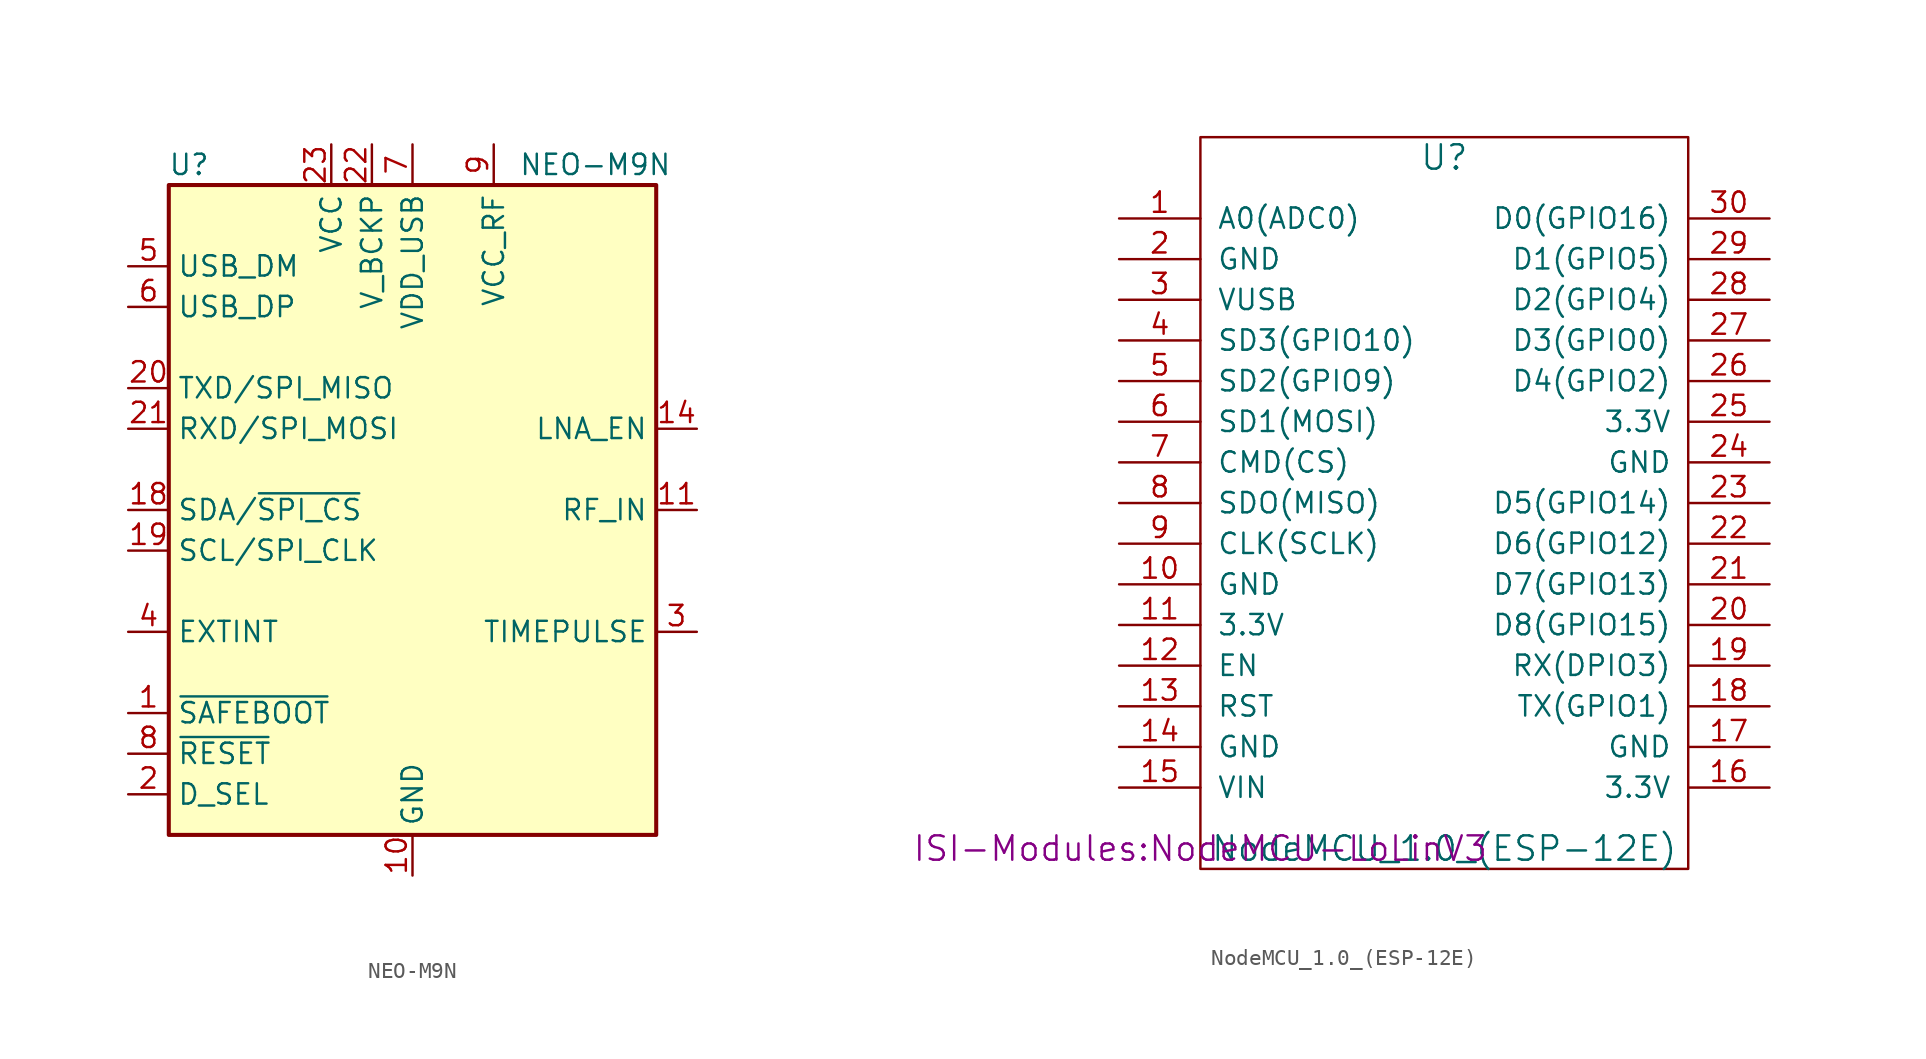
<source format=kicad_sym>
(kicad_symbol_lib
  (version 20241209)
  (generator "kicad_symbol_editor")
  (generator_version "9.0")
  (symbol "NEO-M9N"
    (property "Reference" "U"
      (at -13.97 21.59 0)
      (effects (font (size 1.27 1.27))))
    (property "Value" "NEO-M9N"
      (at 11.43 21.59 0)
      (effects (font (size 1.27 1.27))))
    (symbol "NEO-M9N_0_1"
      (rectangle (start -15.24 20.32) (end 15.24 -20.32) (stroke (width 0.254) (type default)) (fill (type background))))
    (symbol "NEO-M9N_1_1"
      (pin bidirectional line (at -17.78 15.24 0) (length 2.54) (name "USB_DM" (effects (font (size 1.27 1.27)))) (number "5" (effects (font (size 1.27 1.27)))))
      (pin bidirectional line (at -17.78 12.7 0) (length 2.54) (name "USB_DP" (effects (font (size 1.27 1.27)))) (number "6" (effects (font (size 1.27 1.27)))))
      (pin output line (at -17.78 7.62 0) (length 2.54) (name "TXD/SPI_MISO" (effects (font (size 1.27 1.27)))) (number "20" (effects (font (size 1.27 1.27)))))
      (pin input line (at -17.78 5.08 0) (length 2.54) (name "RXD/SPI_MOSI" (effects (font (size 1.27 1.27)))) (number "21" (effects (font (size 1.27 1.27)))))
      (pin bidirectional line (at -17.78 0 0) (length 2.54) (name "SDA/~{SPI_CS}" (effects (font (size 1.27 1.27)))) (number "18" (effects (font (size 1.27 1.27)))))
      (pin input line (at -17.78 -2.54 0) (length 2.54) (name "SCL/SPI_CLK" (effects (font (size 1.27 1.27)))) (number "19" (effects (font (size 1.27 1.27)))))
      (pin input line (at -17.78 -7.62 0) (length 2.54) (name "EXTINT" (effects (font (size 1.27 1.27)))) (number "4" (effects (font (size 1.27 1.27)))))
      (pin input line (at -17.78 -12.7 0) (length 2.54) (name "~{SAFEBOOT}" (effects (font (size 1.27 1.27)))) (number "1" (effects (font (size 1.27 1.27)))))
      (pin input line (at -17.78 -15.24 0) (length 2.54) (name "~{RESET}" (effects (font (size 1.27 1.27)))) (number "8" (effects (font (size 1.27 1.27)))))
      (pin input line (at -17.78 -17.78 0) (length 2.54) (name "D_SEL" (effects (font (size 1.27 1.27)))) (number "2" (effects (font (size 1.27 1.27)))))
      (pin power_in line (at -5.08 22.86 270) (length 2.54) (name "VCC" (effects (font (size 1.27 1.27)))) (number "23" (effects (font (size 1.27 1.27)))))
      (pin power_in line (at -2.54 22.86 270) (length 2.54) (name "V_BCKP" (effects (font (size 1.27 1.27)))) (number "22" (effects (font (size 1.27 1.27)))))
      (pin power_in line (at 0 22.86 270) (length 2.54) (name "VDD_USB" (effects (font (size 1.27 1.27)))) (number "7" (effects (font (size 1.27 1.27)))))
      (pin power_in line (at 0 -22.86 90) (length 2.54) (name "GND" (effects (font (size 1.27 1.27)))) (number "10" (effects (font (size 1.27 1.27)))))
      (pin passive line (at 0 -22.86 90) (length 2.54) (hide yes) (name "GND" (effects (font (size 1.27 1.27)))) (number "12" (effects (font (size 1.27 1.27)))))
      (pin passive line (at 0 -22.86 90) (length 2.54) (hide yes) (name "GND" (effects (font (size 1.27 1.27)))) (number "13" (effects (font (size 1.27 1.27)))))
      (pin passive line (at 0 -22.86 90) (length 2.54) (hide yes) (name "GND" (effects (font (size 1.27 1.27)))) (number "24" (effects (font (size 1.27 1.27)))))
      (pin power_out line (at 5.08 22.86 270) (length 2.54) (name "VCC_RF" (effects (font (size 1.27 1.27)))) (number "9" (effects (font (size 1.27 1.27)))))
      (pin no_connect line (at 15.24 -10.16 180) (length 2.54) (hide yes) (name "RESERVED" (effects (font (size 1.27 1.27)))) (number "15" (effects (font (size 1.27 1.27)))))
      (pin no_connect line (at 15.24 -12.7 180) (length 2.54) (hide yes) (name "RESERVED" (effects (font (size 1.27 1.27)))) (number "16" (effects (font (size 1.27 1.27)))))
      (pin no_connect line (at 15.24 -15.24 180) (length 2.54) (hide yes) (name "RESERVED" (effects (font (size 1.27 1.27)))) (number "17" (effects (font (size 1.27 1.27)))))
      (pin output line (at 17.78 5.08 180) (length 2.54) (name "LNA_EN" (effects (font (size 1.27 1.27)))) (number "14" (effects (font (size 1.27 1.27)))))
      (pin input line (at 17.78 0 180) (length 2.54) (name "RF_IN" (effects (font (size 1.27 1.27)))) (number "11" (effects (font (size 1.27 1.27)))))
      (pin output line (at 17.78 -7.62 180) (length 2.54) (name "TIMEPULSE" (effects (font (size 1.27 1.27)))) (number "3" (effects (font (size 1.27 1.27)))))))
  (symbol "NodeMCU_1.0_(ESP-12E)"
    (pin_names
      (offset 1.016))
    (property "Reference" "U"
      (at 0 21.59 0)
      (effects (font (size 1.524 1.524))))
    (property "Value" "NodeMCU_1.0_(ESP-12E)"
      (at 0 -21.59 0)
      (effects (font (size 1.524 1.524))))
    (property "Footprint" "ISI-Modules:NodeMCU-LoLinV3"
      (at -15.24 -21.59 0)
      (effects (font (size 1.524 1.524))))
    (property "Datasheet" ""
      (at -15.24 -21.59 0)
      (effects (font (size 1.524 1.524))))
    (symbol "NodeMCU_1.0_(ESP-12E)_0_1"
      (rectangle (start -15.24 -22.86) (end 15.24 22.86) (stroke (width 0) (type solid)) (fill (type none))))
    (symbol "NodeMCU_1.0_(ESP-12E)_1_1"
      (pin input line (at -20.32 17.78 0) (length 5.08) (name "A0(ADC0)" (effects (font (size 1.27 1.27)))) (number "1" (effects (font (size 1.27 1.27)))))
      (pin power_in line (at -20.32 15.24 0) (length 5.08) (name "GND" (effects (font (size 1.27 1.27)))) (number "2" (effects (font (size 1.27 1.27)))))
      (pin power_out line (at -20.32 12.7 0) (length 5.08) (name "VUSB" (effects (font (size 1.27 1.27)))) (number "3" (effects (font (size 1.27 1.27)))))
      (pin bidirectional line (at -20.32 10.16 0) (length 5.08) (name "SD3(GPIO10)" (effects (font (size 1.27 1.27)))) (number "4" (effects (font (size 1.27 1.27)))))
      (pin bidirectional line (at -20.32 7.62 0) (length 5.08) (name "SD2(GPIO9)" (effects (font (size 1.27 1.27)))) (number "5" (effects (font (size 1.27 1.27)))))
      (pin bidirectional line (at -20.32 5.08 0) (length 5.08) (name "SD1(MOSI)" (effects (font (size 1.27 1.27)))) (number "6" (effects (font (size 1.27 1.27)))))
      (pin bidirectional line (at -20.32 2.54 0) (length 5.08) (name "CMD(CS)" (effects (font (size 1.27 1.27)))) (number "7" (effects (font (size 1.27 1.27)))))
      (pin bidirectional line (at -20.32 0 0) (length 5.08) (name "SDO(MISO)" (effects (font (size 1.27 1.27)))) (number "8" (effects (font (size 1.27 1.27)))))
      (pin bidirectional line (at -20.32 -2.54 0) (length 5.08) (name "CLK(SCLK)" (effects (font (size 1.27 1.27)))) (number "9" (effects (font (size 1.27 1.27)))))
      (pin input line (at -20.32 -5.08 0) (length 5.08) (name "GND" (effects (font (size 1.27 1.27)))) (number "10" (effects (font (size 1.27 1.27)))))
      (pin power_out line (at -20.32 -7.62 0) (length 5.08) (name "3.3V" (effects (font (size 1.27 1.27)))) (number "11" (effects (font (size 1.27 1.27)))))
      (pin input line (at -20.32 -10.16 0) (length 5.08) (name "EN" (effects (font (size 1.27 1.27)))) (number "12" (effects (font (size 1.27 1.27)))))
      (pin input line (at -20.32 -12.7 0) (length 5.08) (name "RST" (effects (font (size 1.27 1.27)))) (number "13" (effects (font (size 1.27 1.27)))))
      (pin power_in line (at -20.32 -15.24 0) (length 5.08) (name "GND" (effects (font (size 1.27 1.27)))) (number "14" (effects (font (size 1.27 1.27)))))
      (pin power_in line (at -20.32 -17.78 0) (length 5.08) (name "VIN" (effects (font (size 1.27 1.27)))) (number "15" (effects (font (size 1.27 1.27)))))
      (pin bidirectional line (at 20.32 17.78 180) (length 5.08) (name "D0(GPIO16)" (effects (font (size 1.27 1.27)))) (number "30" (effects (font (size 1.27 1.27)))))
      (pin bidirectional line (at 20.32 15.24 180) (length 5.08) (name "D1(GPIO5)" (effects (font (size 1.27 1.27)))) (number "29" (effects (font (size 1.27 1.27)))))
      (pin bidirectional line (at 20.32 12.7 180) (length 5.08) (name "D2(GPIO4)" (effects (font (size 1.27 1.27)))) (number "28" (effects (font (size 1.27 1.27)))))
      (pin bidirectional line (at 20.32 10.16 180) (length 5.08) (name "D3(GPIO0)" (effects (font (size 1.27 1.27)))) (number "27" (effects (font (size 1.27 1.27)))))
      (pin bidirectional line (at 20.32 7.62 180) (length 5.08) (name "D4(GPIO2)" (effects (font (size 1.27 1.27)))) (number "26" (effects (font (size 1.27 1.27)))))
      (pin power_out line (at 20.32 5.08 180) (length 5.08) (name "3.3V" (effects (font (size 1.27 1.27)))) (number "25" (effects (font (size 1.27 1.27)))))
      (pin power_in line (at 20.32 2.54 180) (length 5.08) (name "GND" (effects (font (size 1.27 1.27)))) (number "24" (effects (font (size 1.27 1.27)))))
      (pin bidirectional line (at 20.32 0 180) (length 5.08) (name "D5(GPIO14)" (effects (font (size 1.27 1.27)))) (number "23" (effects (font (size 1.27 1.27)))))
      (pin bidirectional line (at 20.32 -2.54 180) (length 5.08) (name "D6(GPIO12)" (effects (font (size 1.27 1.27)))) (number "22" (effects (font (size 1.27 1.27)))))
      (pin bidirectional line (at 20.32 -5.08 180) (length 5.08) (name "D7(GPIO13)" (effects (font (size 1.27 1.27)))) (number "21" (effects (font (size 1.27 1.27)))))
      (pin bidirectional line (at 20.32 -7.62 180) (length 5.08) (name "D8(GPIO15)" (effects (font (size 1.27 1.27)))) (number "20" (effects (font (size 1.27 1.27)))))
      (pin bidirectional line (at 20.32 -10.16 180) (length 5.08) (name "RX(DPIO3)" (effects (font (size 1.27 1.27)))) (number "19" (effects (font (size 1.27 1.27)))))
      (pin bidirectional line (at 20.32 -12.7 180) (length 5.08) (name "TX(GPIO1)" (effects (font (size 1.27 1.27)))) (number "18" (effects (font (size 1.27 1.27)))))
      (pin power_in line (at 20.32 -15.24 180) (length 5.08) (name "GND" (effects (font (size 1.27 1.27)))) (number "17" (effects (font (size 1.27 1.27)))))
      (pin power_out line (at 20.32 -17.78 180) (length 5.08) (name "3.3V" (effects (font (size 1.27 1.27)))) (number "16" (effects (font (size 1.27 1.27))))))))
</source>
